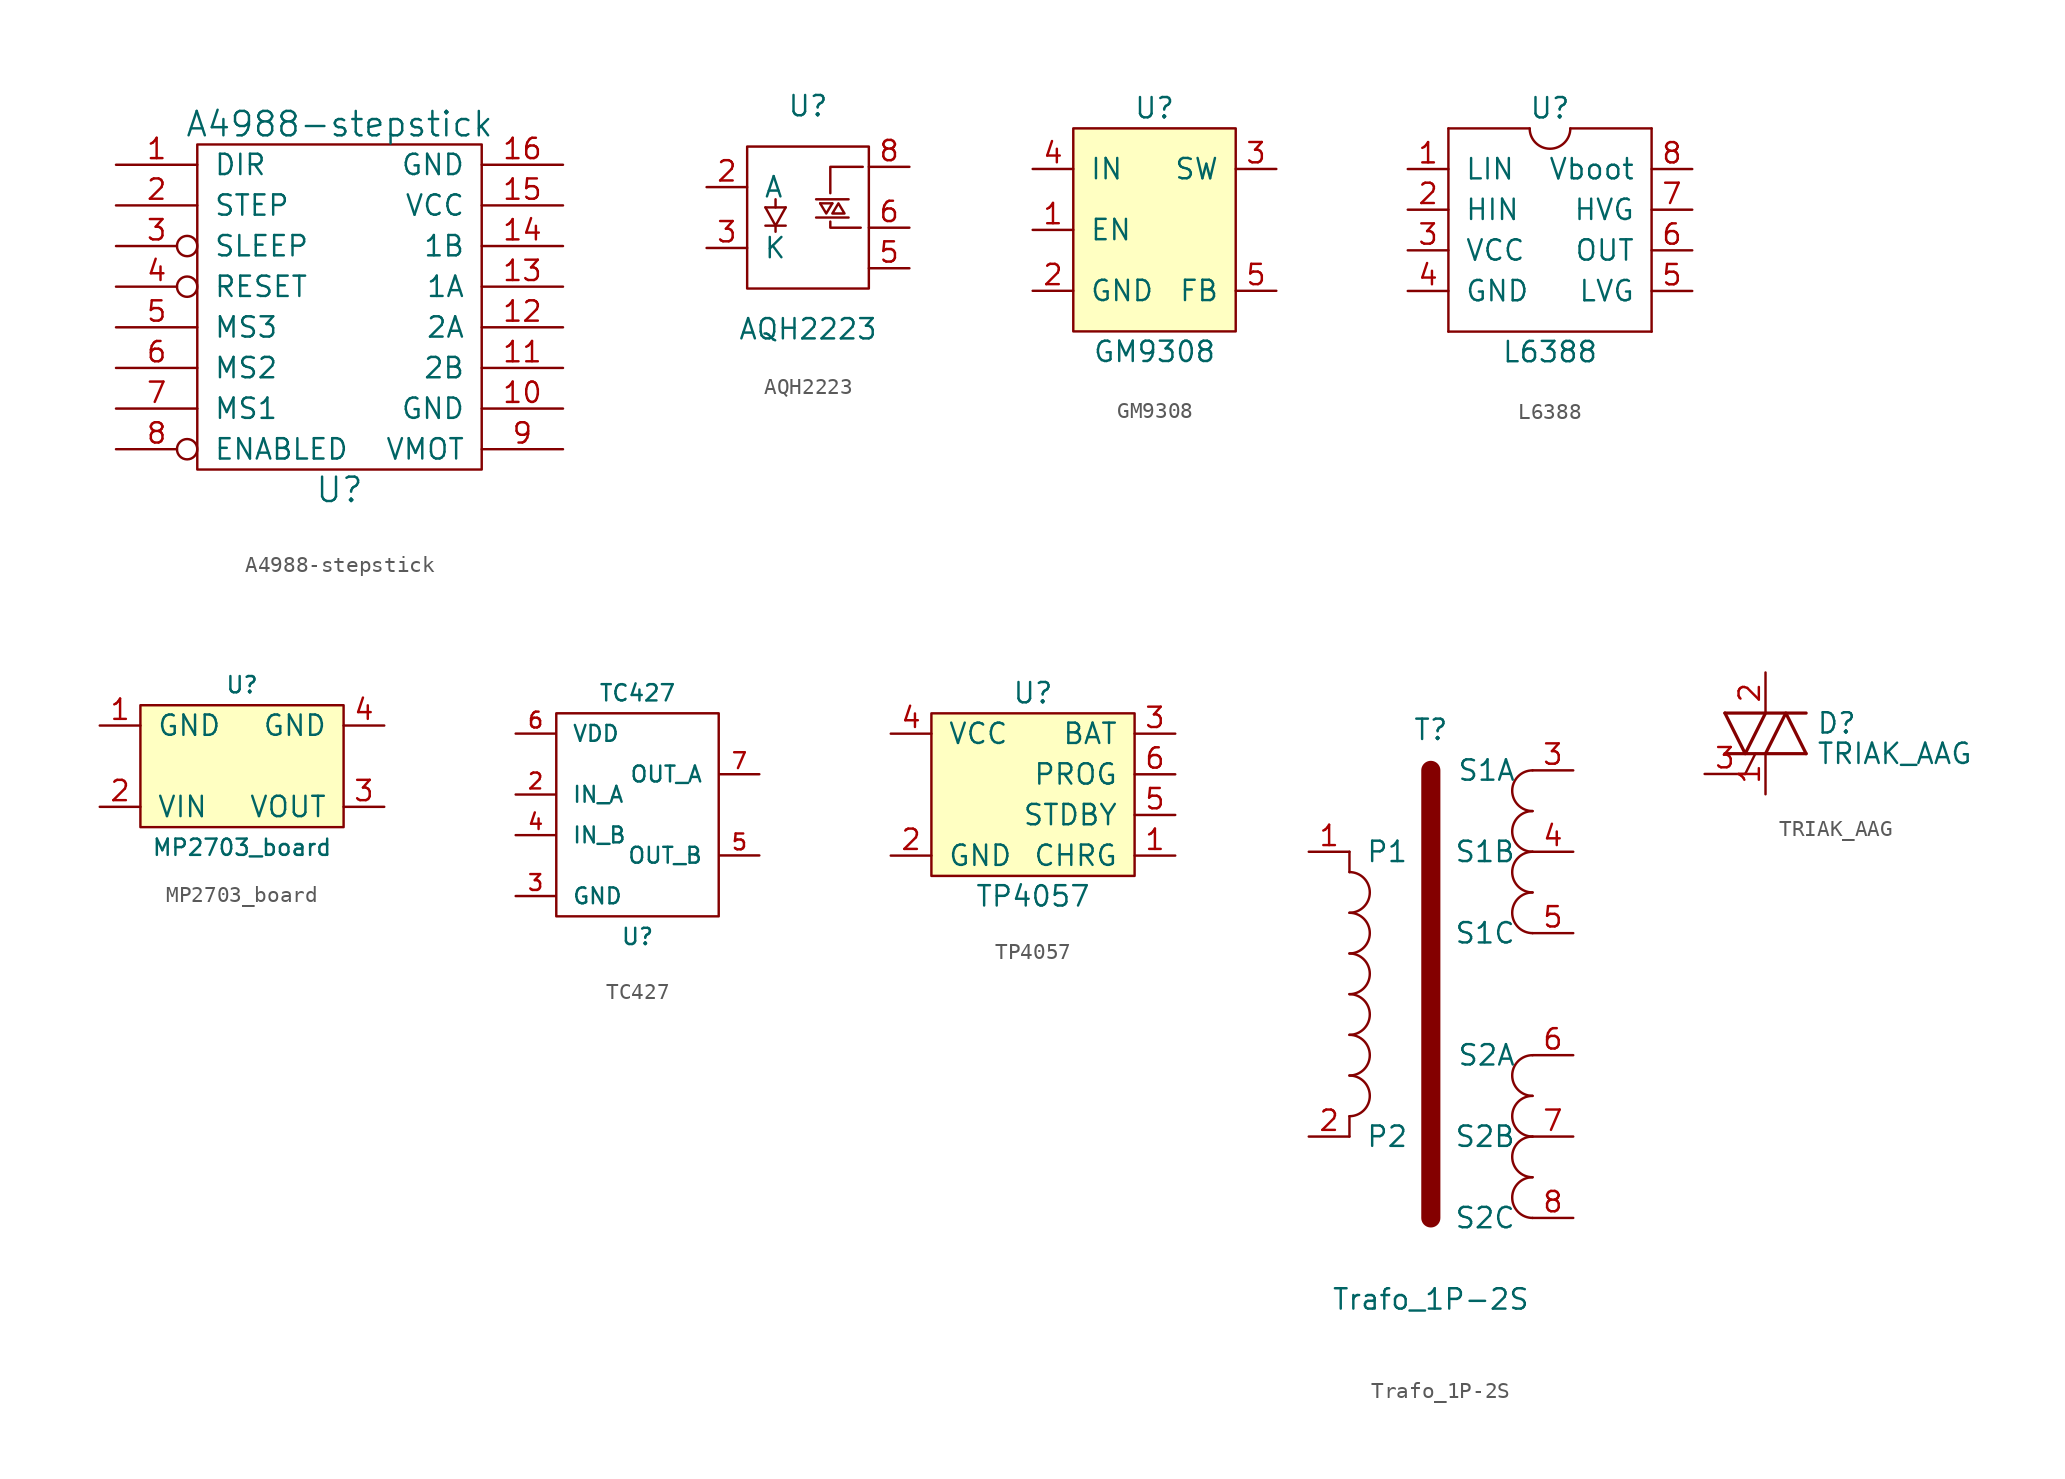
<source format=kicad_sym>
(kicad_symbol_lib
  (version 20211014)
  (generator kicad_symbol_editor)
  (symbol "A4988-stepstick"
    (pin_names
      (offset 1.016))
    (property "Reference" "U"
      (at 0 -11.43 0)
      (effects (font (size 1.524 1.524))))
    (property "Value" "A4988-stepstick"
      (at 0 11.43 0)
      (effects (font (size 1.524 1.524))))
    (symbol "A4988-stepstick_0_1"
      (rectangle (start -8.89 10.16) (end 8.89 -10.16) (stroke (width 0) (type default) (color 0 0 0 0)) (fill (type none))))
    (symbol "A4988-stepstick_1_1"
      (pin input line (at -13.97 8.89 0) (length 5.08) (name "DIR" (effects (font (size 1.27 1.27)))) (number "1" (effects (font (size 1.27 1.27)))))
      (pin power_in line (at 13.97 -6.35 180) (length 5.08) (name "GND" (effects (font (size 1.27 1.27)))) (number "10" (effects (font (size 1.27 1.27)))))
      (pin output line (at 13.97 -3.81 180) (length 5.08) (name "2B" (effects (font (size 1.27 1.27)))) (number "11" (effects (font (size 1.27 1.27)))))
      (pin output line (at 13.97 -1.27 180) (length 5.08) (name "2A" (effects (font (size 1.27 1.27)))) (number "12" (effects (font (size 1.27 1.27)))))
      (pin output line (at 13.97 1.27 180) (length 5.08) (name "1A" (effects (font (size 1.27 1.27)))) (number "13" (effects (font (size 1.27 1.27)))))
      (pin output line (at 13.97 3.81 180) (length 5.08) (name "1B" (effects (font (size 1.27 1.27)))) (number "14" (effects (font (size 1.27 1.27)))))
      (pin power_in line (at 13.97 6.35 180) (length 5.08) (name "VCC" (effects (font (size 1.27 1.27)))) (number "15" (effects (font (size 1.27 1.27)))))
      (pin power_in line (at 13.97 8.89 180) (length 5.08) (name "GND" (effects (font (size 1.27 1.27)))) (number "16" (effects (font (size 1.27 1.27)))))
      (pin input line (at -13.97 6.35 0) (length 5.08) (name "STEP" (effects (font (size 1.27 1.27)))) (number "2" (effects (font (size 1.27 1.27)))))
      (pin input inverted (at -13.97 3.81 0) (length 5.08) (name "SLEEP" (effects (font (size 1.27 1.27)))) (number "3" (effects (font (size 1.27 1.27)))))
      (pin input inverted (at -13.97 1.27 0) (length 5.08) (name "RESET" (effects (font (size 1.27 1.27)))) (number "4" (effects (font (size 1.27 1.27)))))
      (pin input line (at -13.97 -1.27 0) (length 5.08) (name "MS3" (effects (font (size 1.27 1.27)))) (number "5" (effects (font (size 1.27 1.27)))))
      (pin input line (at -13.97 -3.81 0) (length 5.08) (name "MS2" (effects (font (size 1.27 1.27)))) (number "6" (effects (font (size 1.27 1.27)))))
      (pin input line (at -13.97 -6.35 0) (length 5.08) (name "MS1" (effects (font (size 1.27 1.27)))) (number "7" (effects (font (size 1.27 1.27)))))
      (pin input inverted (at -13.97 -8.89 0) (length 5.08) (name "ENABLED" (effects (font (size 1.27 1.27)))) (number "8" (effects (font (size 1.27 1.27)))))
      (pin power_in line (at 13.97 -8.89 180) (length 5.08) (name "VMOT" (effects (font (size 1.27 1.27)))) (number "9" (effects (font (size 1.27 1.27)))))))
  (symbol "AQH2223"
    (pin_names
      (offset 1.016))
    (property "Reference" "U"
      (at 0 6.35 0)
      (effects (font (size 1.27 1.27))))
    (property "Value" "AQH2223"
      (at 0 -7.62 0)
      (effects (font (size 1.27 1.27))))
    (symbol "AQH2223_0_1"
      (rectangle (start -3.81 3.81) (end 3.81 -5.08) (stroke (width 0) (type default) (color 0 0 0 0)) (fill (type none)))
      (polyline (pts (xy -2.667 -1.143) (xy -1.397 -1.143)) (stroke (width 0) (type default) (color 0 0 0 0)) (fill (type none)))
      (polyline (pts (xy -2.667 0) (xy -1.397 0)) (stroke (width 0) (type default) (color 0 0 0 0)) (fill (type none)))
      (polyline (pts (xy -2.032 -1.143) (xy -2.032 -1.524)) (stroke (width 0) (type default) (color 0 0 0 0)) (fill (type none)))
      (polyline (pts (xy -2.032 0) (xy -2.032 0.508)) (stroke (width 0) (type default) (color 0 0 0 0)) (fill (type none)))
      (polyline (pts (xy 0.508 0.508) (xy 2.54 0.508)) (stroke (width 0) (type default) (color 0 0 0 0)) (fill (type none)))
      (polyline (pts (xy 0.762 0.254) (xy 1.524 0.254)) (stroke (width 0) (type default) (color 0 0 0 0)) (fill (type none)))
      (polyline (pts (xy 2.54 -0.635) (xy 0.508 -0.635)) (stroke (width 0) (type default) (color 0 0 0 0)) (fill (type none)))
      (polyline (pts (xy -2.667 0) (xy -2.032 -1.143) (xy -1.397 0)) (stroke (width 0) (type default) (color 0 0 0 0)) (fill (type none)))
      (polyline (pts (xy 0.762 0.254) (xy 1.143 -0.381) (xy 1.524 0.254)) (stroke (width 0) (type default) (color 0 0 0 0)) (fill (type none)))
      (polyline (pts (xy 1.397 -0.889) (xy 1.397 -1.27) (xy 3.302 -1.27)) (stroke (width 0) (type default) (color 0 0 0 0)) (fill (type none)))
      (polyline (pts (xy 3.429 2.54) (xy 1.397 2.54) (xy 1.397 0.889)) (stroke (width 0) (type default) (color 0 0 0 0)) (fill (type none)))
      (polyline (pts (xy 1.524 -0.381) (xy 1.905 0.254) (xy 2.286 -0.381) (xy 1.524 -0.381)) (stroke (width 0) (type default) (color 0 0 0 0)) (fill (type none))))
    (symbol "AQH2223_1_1"
      (pin input line (at -6.35 1.27 0) (length 2.54) (name "A" (effects (font (size 1.27 1.27)))) (number "2" (effects (font (size 1.27 1.27)))))
      (pin input line (at -6.35 -2.54 0) (length 2.54) (name "K" (effects (font (size 1.27 1.27)))) (number "3" (effects (font (size 1.27 1.27)))))
      (pin input line (at 6.35 -3.81 180) (length 2.54) (name "~" (effects (font (size 1.27 1.27)))) (number "5" (effects (font (size 1.27 1.27)))))
      (pin input line (at 6.35 -1.27 180) (length 2.54) (name "~" (effects (font (size 1.27 1.27)))) (number "6" (effects (font (size 1.27 1.27)))))
      (pin input line (at 6.35 2.54 180) (length 2.54) (name "~" (effects (font (size 1.27 1.27)))) (number "8" (effects (font (size 1.27 1.27)))))))
  (symbol "GM9308"
    (pin_names
      (offset 1.016))
    (property "Reference" "U"
      (at 0 7.62 0)
      (effects (font (size 1.27 1.27))))
    (property "Value" "GM9308"
      (at 0 -7.62 0)
      (effects (font (size 1.27 1.27))))
    (symbol "GM9308_0_1"
      (rectangle (start -5.08 6.35) (end 5.08 -6.35) (stroke (width 0) (type default) (color 0 0 0 0)) (fill (type background))))
    (symbol "GM9308_1_1"
      (pin input line (at -7.62 0 0) (length 2.54) (name "EN" (effects (font (size 1.27 1.27)))) (number "1" (effects (font (size 1.27 1.27)))))
      (pin power_in line (at -7.62 -3.81 0) (length 2.54) (name "GND" (effects (font (size 1.27 1.27)))) (number "2" (effects (font (size 1.27 1.27)))))
      (pin power_in line (at 7.62 3.81 180) (length 2.54) (name "SW" (effects (font (size 1.27 1.27)))) (number "3" (effects (font (size 1.27 1.27)))))
      (pin power_in line (at -7.62 3.81 0) (length 2.54) (name "IN" (effects (font (size 1.27 1.27)))) (number "4" (effects (font (size 1.27 1.27)))))
      (pin input line (at 7.62 -3.81 180) (length 2.54) (name "FB" (effects (font (size 1.27 1.27)))) (number "5" (effects (font (size 1.27 1.27)))))))
  (symbol "L6388"
    (pin_names
      (offset 1.016))
    (property "Reference" "U"
      (at 0 7.62 0)
      (effects (font (size 1.27 1.27))))
    (property "Value" "L6388"
      (at 0 -7.62 0)
      (effects (font (size 1.27 1.27))))
    (symbol "L6388_0_1"
      (rectangle (start -6.35 -6.35) (end 6.35 -6.35) (stroke (width 0) (type default) (color 0 0 0 0)) (fill (type none)))
      (rectangle (start -6.35 6.35) (end -6.35 -6.35) (stroke (width 0) (type default) (color 0 0 0 0)) (fill (type none)))
      (rectangle (start -1.27 6.35) (end -6.35 6.35) (stroke (width 0) (type default) (color 0 0 0 0)) (fill (type none)))
      (arc (start -1.27 6.35) (mid 0 5.08) (end 1.27 6.35) (stroke (width 0) (type default) (color 0 0 0 0)) (fill (type none)))
      (polyline (pts (xy 6.35 6.35) (xy 1.27 6.35)) (stroke (width 0) (type default) (color 0 0 0 0)) (fill (type none)))
      (rectangle (start 6.35 -6.35) (end 6.35 6.35) (stroke (width 0) (type default) (color 0 0 0 0)) (fill (type none))))
    (symbol "L6388_1_1"
      (pin input line (at -8.89 3.81 0) (length 2.54) (name "LIN" (effects (font (size 1.27 1.27)))) (number "1" (effects (font (size 1.27 1.27)))))
      (pin input line (at -8.89 1.27 0) (length 2.54) (name "HIN" (effects (font (size 1.27 1.27)))) (number "2" (effects (font (size 1.27 1.27)))))
      (pin power_in line (at -8.89 -1.27 0) (length 2.54) (name "VCC" (effects (font (size 1.27 1.27)))) (number "3" (effects (font (size 1.27 1.27)))))
      (pin power_in line (at -8.89 -3.81 0) (length 2.54) (name "GND" (effects (font (size 1.27 1.27)))) (number "4" (effects (font (size 1.27 1.27)))))
      (pin output line (at 8.89 -3.81 180) (length 2.54) (name "LVG" (effects (font (size 1.27 1.27)))) (number "5" (effects (font (size 1.27 1.27)))))
      (pin passive line (at 8.89 -1.27 180) (length 2.54) (name "OUT" (effects (font (size 1.27 1.27)))) (number "6" (effects (font (size 1.27 1.27)))))
      (pin output line (at 8.89 1.27 180) (length 2.54) (name "HVG" (effects (font (size 1.27 1.27)))) (number "7" (effects (font (size 1.27 1.27)))))
      (pin passive line (at 8.89 3.81 180) (length 2.54) (name "Vboot" (effects (font (size 1.27 1.27)))) (number "8" (effects (font (size 1.27 1.27)))))))
  (symbol "MP2703_board"
    (pin_names
      (offset 1.016))
    (property "Reference" "U"
      (at 0 5.08 0)
      (effects (font (size 1.016 1.016))))
    (property "Value" "MP2703_board"
      (at 0 -5.08 0)
      (effects (font (size 1.016 1.016))))
    (symbol "MP2703_board_0_1"
      (rectangle (start -6.35 3.81) (end 6.35 -3.81) (stroke (width 0) (type default) (color 0 0 0 0)) (fill (type background))))
    (symbol "MP2703_board_1_1"
      (pin power_in line (at -8.89 2.54 0) (length 2.54) (name "GND" (effects (font (size 1.27 1.27)))) (number "1" (effects (font (size 1.27 1.27)))))
      (pin power_in line (at -8.89 -2.54 0) (length 2.54) (name "VIN" (effects (font (size 1.27 1.27)))) (number "2" (effects (font (size 1.27 1.27)))))
      (pin power_out line (at 8.89 -2.54 180) (length 2.54) (name "VOUT" (effects (font (size 1.27 1.27)))) (number "3" (effects (font (size 1.27 1.27)))))
      (pin power_out line (at 8.89 2.54 180) (length 2.54) (name "GND" (effects (font (size 1.27 1.27)))) (number "4" (effects (font (size 1.27 1.27)))))))
  (symbol "TC427"
    (pin_names
      (offset 1.016))
    (property "Reference" "U"
      (at 0 -8.89 0)
      (effects (font (size 1.016 1.016))))
    (property "Value" "TC427"
      (at 0 6.35 0)
      (effects (font (size 1.016 1.016))))
    (property "Footprint" ""
      (at -1.27 0 0)
      (effects (font (size 1.016 1.016))))
    (property "Datasheet" ""
      (at -1.27 0 0)
      (effects (font (size 1.016 1.016))))
    (symbol "TC427_0_1"
      (polyline (pts (xy -5.08 5.08) (xy -5.08 -7.62) (xy 5.08 -7.62) (xy 5.08 5.08) (xy -5.08 5.08)) (stroke (width 0) (type default) (color 0 0 0 0)) (fill (type none))))
    (symbol "TC427_1_1"
      (pin input line (at -7.62 0 0) (length 2.489) (name "IN_A" (effects (font (size 0.991 0.991)))) (number "2" (effects (font (size 0.991 0.991)))))
      (pin power_in line (at -7.62 -6.35 0) (length 2.489) (name "GND" (effects (font (size 0.991 0.991)))) (number "3" (effects (font (size 0.991 0.991)))))
      (pin input line (at -7.62 -2.54 0) (length 2.489) (name "IN_B" (effects (font (size 0.991 0.991)))) (number "4" (effects (font (size 0.991 0.991)))))
      (pin output line (at 7.62 -3.81 180) (length 2.489) (name "OUT_B" (effects (font (size 0.991 0.991)))) (number "5" (effects (font (size 0.991 0.991)))))
      (pin power_in line (at -7.62 3.81 0) (length 2.489) (name "VDD" (effects (font (size 0.991 0.991)))) (number "6" (effects (font (size 0.991 0.991)))))
      (pin output line (at 7.62 1.27 180) (length 2.489) (name "OUT_A" (effects (font (size 0.991 0.991)))) (number "7" (effects (font (size 0.991 0.991)))))))
  (symbol "TP4057"
    (pin_names
      (offset 1.016))
    (property "Reference" "U"
      (at 0 6.35 0)
      (effects (font (size 1.27 1.27))))
    (property "Value" "TP4057"
      (at 0 -6.35 0)
      (effects (font (size 1.27 1.27))))
    (symbol "TP4057_0_1"
      (rectangle (start -6.35 5.08) (end 6.35 -5.08) (stroke (width 0) (type default) (color 0 0 0 0)) (fill (type background))))
    (symbol "TP4057_1_1"
      (pin output line (at 8.89 -3.81 180) (length 2.54) (name "CHRG" (effects (font (size 1.27 1.27)))) (number "1" (effects (font (size 1.27 1.27)))))
      (pin power_in line (at -8.89 -3.81 0) (length 2.54) (name "GND" (effects (font (size 1.27 1.27)))) (number "2" (effects (font (size 1.27 1.27)))))
      (pin output line (at 8.89 3.81 180) (length 2.54) (name "BAT" (effects (font (size 1.27 1.27)))) (number "3" (effects (font (size 1.27 1.27)))))
      (pin power_in line (at -8.89 3.81 0) (length 2.54) (name "VCC" (effects (font (size 1.27 1.27)))) (number "4" (effects (font (size 1.27 1.27)))))
      (pin output line (at 8.89 -1.27 180) (length 2.54) (name "STDBY" (effects (font (size 1.27 1.27)))) (number "5" (effects (font (size 1.27 1.27)))))
      (pin passive line (at 8.89 1.27 180) (length 2.54) (name "PROG" (effects (font (size 1.27 1.27)))) (number "6" (effects (font (size 1.27 1.27)))))))
  (symbol "Trafo_1P-2S"
    (pin_names
      (offset 1.016))
    (property "Reference" "T"
      (at 0 16.51 0)
      (effects (font (size 1.27 1.27))))
    (property "Value" "Trafo_1P-2S"
      (at 0 -19.05 0)
      (effects (font (size 1.27 1.27))))
    (symbol "Trafo_1P-2S_0_1"
      (arc (start -5.08 -7.62) (mid -3.81 -6.35) (end -5.08 -5.08) (stroke (width 0) (type default) (color 0 0 0 0)) (fill (type none)))
      (arc (start -5.08 -5.08) (mid -3.81 -3.81) (end -5.08 -2.54) (stroke (width 0) (type default) (color 0 0 0 0)) (fill (type none)))
      (arc (start -5.08 -2.54) (mid -3.81 -1.27) (end -5.08 0) (stroke (width 0) (type default) (color 0 0 0 0)) (fill (type none)))
      (arc (start -5.08 0) (mid -3.81 1.27) (end -5.08 2.54) (stroke (width 0) (type default) (color 0 0 0 0)) (fill (type none)))
      (arc (start -5.08 2.54) (mid -3.81 3.81) (end -5.08 5.08) (stroke (width 0) (type default) (color 0 0 0 0)) (fill (type none)))
      (arc (start -5.08 5.08) (mid -3.81 6.35) (end -5.08 7.62) (stroke (width 0) (type default) (color 0 0 0 0)) (fill (type none)))
      (polyline (pts (xy -5.08 -8.89) (xy -5.08 -7.62)) (stroke (width 0) (type default) (color 0 0 0 0)) (fill (type none)))
      (polyline (pts (xy -5.08 8.89) (xy -5.08 7.62)) (stroke (width 0) (type default) (color 0 0 0 0)) (fill (type none)))
      (polyline (pts (xy 0 13.97) (xy 0 -13.97)) (stroke (width 1.194) (type default) (color 0 0 0 0)) (fill (type none)))
      (arc (start 6.35 -11.43) (mid 5.08 -12.7) (end 6.35 -13.97) (stroke (width 0) (type default) (color 0 0 0 0)) (fill (type none)))
      (arc (start 6.35 -8.89) (mid 5.08 -10.16) (end 6.35 -11.43) (stroke (width 0) (type default) (color 0 0 0 0)) (fill (type none)))
      (arc (start 6.35 -6.35) (mid 5.08 -7.62) (end 6.35 -8.89) (stroke (width 0) (type default) (color 0 0 0 0)) (fill (type none)))
      (arc (start 6.35 -3.81) (mid 5.08 -5.08) (end 6.35 -6.35) (stroke (width 0) (type default) (color 0 0 0 0)) (fill (type none)))
      (arc (start 6.35 6.35) (mid 5.08 5.08) (end 6.35 3.81) (stroke (width 0) (type default) (color 0 0 0 0)) (fill (type none)))
      (arc (start 6.35 8.89) (mid 5.08 7.62) (end 6.35 6.35) (stroke (width 0) (type default) (color 0 0 0 0)) (fill (type none)))
      (arc (start 6.35 11.43) (mid 5.08 10.16) (end 6.35 8.89) (stroke (width 0) (type default) (color 0 0 0 0)) (fill (type none)))
      (arc (start 6.35 13.97) (mid 5.08 12.7) (end 6.35 11.43) (stroke (width 0) (type default) (color 0 0 0 0)) (fill (type none))))
    (symbol "Trafo_1P-2S_1_1"
      (pin passive line (at -7.62 8.89 0) (length 2.54) (name "P1" (effects (font (size 1.27 1.27)))) (number "1" (effects (font (size 1.27 1.27)))))
      (pin passive line (at -7.62 -8.89 0) (length 2.54) (name "P2" (effects (font (size 1.27 1.27)))) (number "2" (effects (font (size 1.27 1.27)))))
      (pin passive line (at 8.89 13.97 180) (length 2.54) (name "S1A" (effects (font (size 1.27 1.27)))) (number "3" (effects (font (size 1.27 1.27)))))
      (pin passive line (at 8.89 8.89 180) (length 2.54) (name "S1B" (effects (font (size 1.27 1.27)))) (number "4" (effects (font (size 1.27 1.27)))))
      (pin passive line (at 8.89 3.81 180) (length 2.54) (name "S1C" (effects (font (size 1.27 1.27)))) (number "5" (effects (font (size 1.27 1.27)))))
      (pin passive line (at 8.89 -3.81 180) (length 2.54) (name "S2A" (effects (font (size 1.27 1.27)))) (number "6" (effects (font (size 1.27 1.27)))))
      (pin passive line (at 8.89 -8.89 180) (length 2.54) (name "S2B" (effects (font (size 1.27 1.27)))) (number "7" (effects (font (size 1.27 1.27)))))
      (pin passive line (at 8.89 -13.97 180) (length 2.54) (name "S2C" (effects (font (size 1.27 1.27)))) (number "8" (effects (font (size 1.27 1.27)))))))
  (symbol "TRIAK_AAG"
    (pin_names
      (offset 0) hide)
    (property "Reference" "D"
      (at 3.175 0.635 0)
      (effects (font (size 1.27 1.27)) (justify left)))
    (property "Value" "TRIAK_AAG"
      (at 3.175 -1.27 0)
      (effects (font (size 1.27 1.27)) (justify left)))
    (symbol "TRIAK_AAG_0_1"
      (polyline (pts (xy -2.54 -1.27) (xy 2.54 -1.27)) (stroke (width 0.203) (type default) (color 0 0 0 0)) (fill (type none)))
      (polyline (pts (xy -2.54 1.27) (xy 2.54 1.27)) (stroke (width 0.203) (type default) (color 0 0 0 0)) (fill (type none)))
      (polyline (pts (xy -1.27 -2.54) (xy -0.635 -1.27)) (stroke (width 0) (type default) (color 0 0 0 0)) (fill (type none)))
      (polyline (pts (xy -2.54 1.27) (xy -1.27 -1.27) (xy 0 1.27)) (stroke (width 0.203) (type default) (color 0 0 0 0)) (fill (type none)))
      (polyline (pts (xy 0 -1.27) (xy 1.27 1.27) (xy 2.54 -1.27)) (stroke (width 0.203) (type default) (color 0 0 0 0)) (fill (type none))))
    (symbol "TRIAK_AAG_1_1"
      (pin passive line (at 0 -3.81 90) (length 2.54) (name "A1" (effects (font (size 1.27 1.27)))) (number "1" (effects (font (size 1.27 1.27)))))
      (pin passive line (at 0 3.81 270) (length 2.54) (name "A2" (effects (font (size 1.27 1.27)))) (number "2" (effects (font (size 1.27 1.27)))))
      (pin input line (at -3.81 -2.54 0) (length 2.54) (name "G" (effects (font (size 1.27 1.27)))) (number "3" (effects (font (size 1.27 1.27))))))))
</source>
